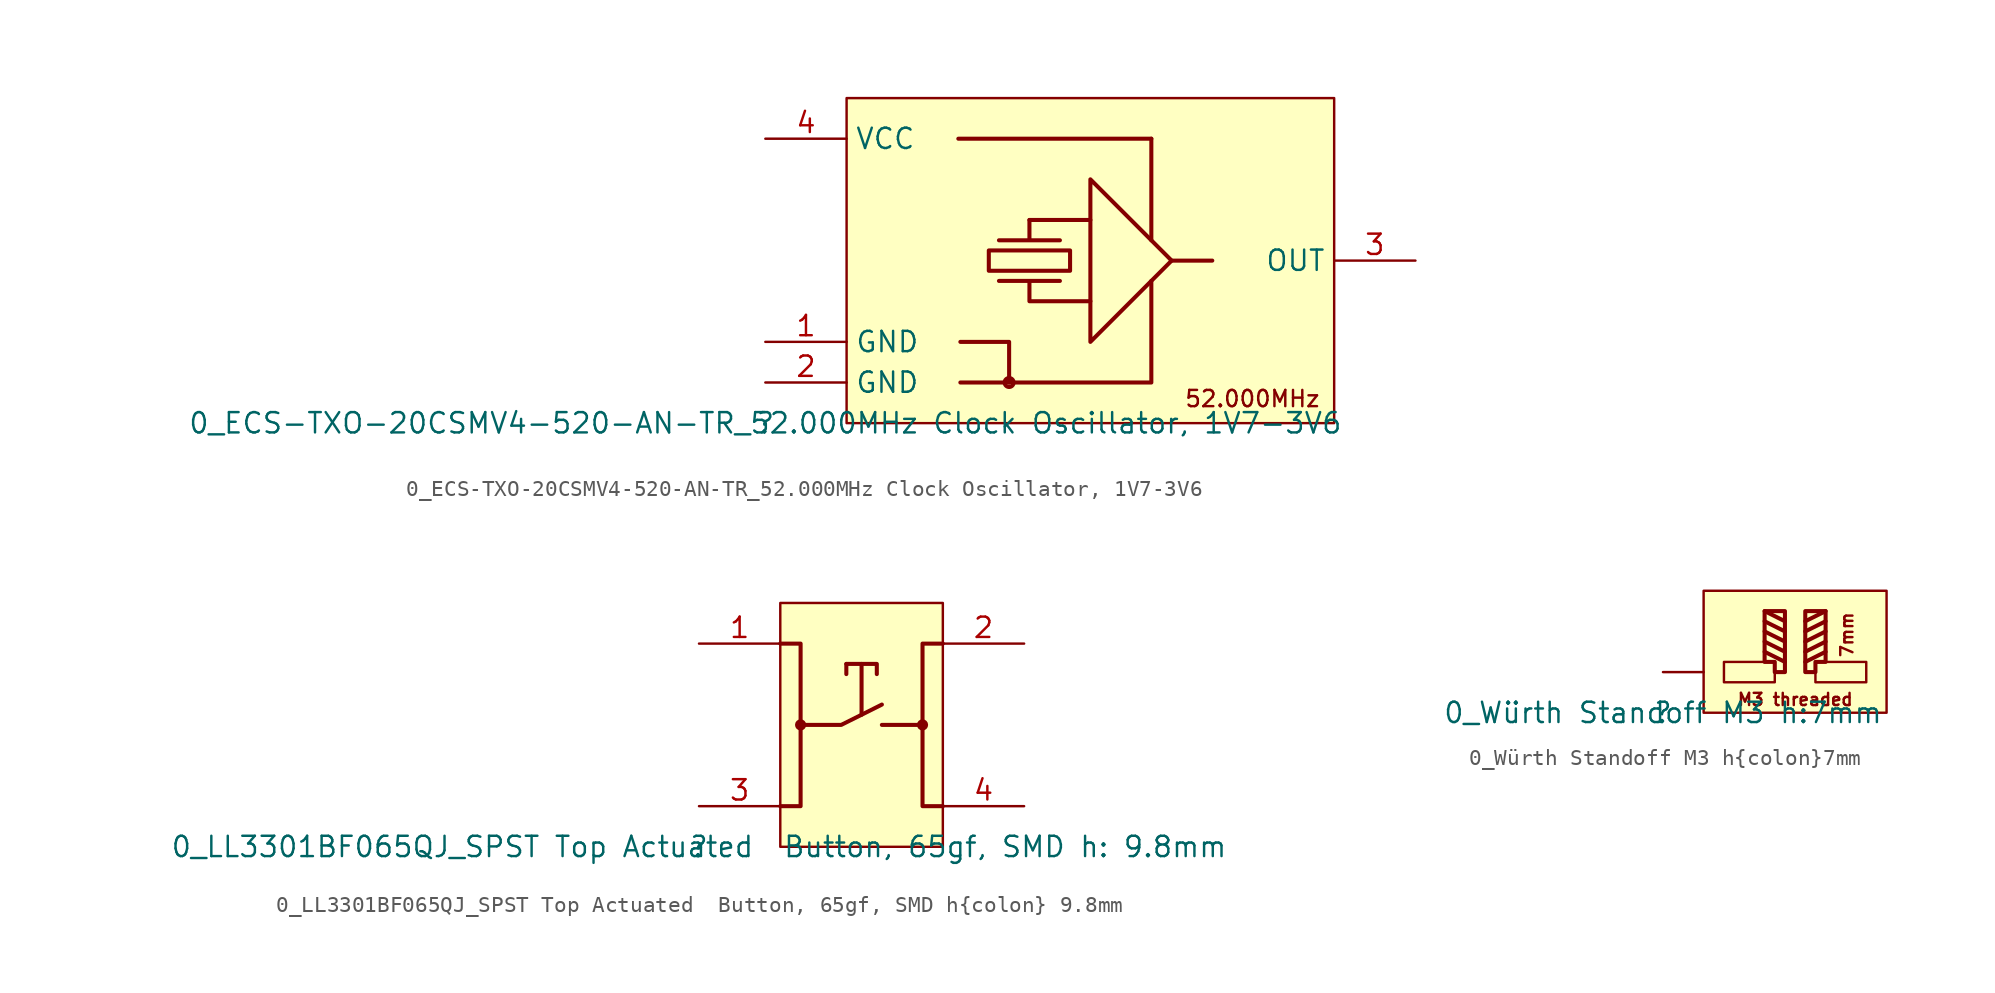
<source format=kicad_sym>
(kicad_symbol_lib
  (version 20211014)
  (generator kicad_symbol_editor)
  (symbol "0_ECS-TXO-20CSMV4-520-AN-TR_52.000MHz Clock Oscillator, 1V7-3V6"
    (property "Reference" ""
      (at 0 0 0)
      (effects (font (size 1.27 1.27))))
    (property "Value" "0_ECS-TXO-20CSMV4-520-AN-TR_52.000MHz Clock Oscillator, 1V7-3V6"
      (at 0 0 0)
      (effects (font (size 1.27 1.27))))
    (symbol "0_ECS-TXO-20CSMV4-520-AN-TR_52.000MHz Clock Oscillator, 1V7-3V6_1_0"
      (polyline (pts (xy 12.065 17.78) (xy 24.13 17.78)) (stroke (width 0.254) (type default) (color 0 0 0 0)) (fill (type none)))
      (polyline (pts (xy 20.32 12.7) (xy 16.51 12.7)) (stroke (width 0.254) (type default) (color 0 0 0 0)) (fill (type none)))
      (polyline (pts (xy 24.13 11.43) (xy 24.13 17.78)) (stroke (width 0.254) (type default) (color 0 0 0 0)) (fill (type none)))
      (polyline (pts (xy 25.4 10.16) (xy 27.94 10.16)) (stroke (width 0.254) (type default) (color 0 0 0 0)) (fill (type none)))
      (polyline (pts (xy 12.192 2.54) (xy 24.13 2.54) (xy 24.13 8.89)) (stroke (width 0.254) (type default) (color 0 0 0 0)) (fill (type none)))
      (polyline (pts (xy 15.24 2.54) (xy 15.24 5.08) (xy 12.192 5.08)) (stroke (width 0.254) (type default) (color 0 0 0 0)) (fill (type none)))
      (polyline (pts (xy 16.51 12.7) (xy 16.51 11.43) (xy 18.415 11.43) (xy 14.605 11.43)) (stroke (width 0.254) (type default) (color 0 0 0 0)) (fill (type none)))
      (polyline (pts (xy 25.4 10.16) (xy 20.32 15.24) (xy 20.32 5.08) (xy 25.4 10.16)) (stroke (width 0.254) (type default) (color 0 0 0 0)) (fill (type none)))
      (polyline (pts (xy 13.97 9.525) (xy 19.05 9.525) (xy 19.05 10.795) (xy 13.97 10.795) (xy 13.97 9.525)) (stroke (width 0.254) (type default) (color 0 0 0 0)) (fill (type none)))
      (polyline (pts (xy 20.32 7.62) (xy 16.51 7.62) (xy 16.51 8.89) (xy 14.605 8.89) (xy 18.415 8.89)) (stroke (width 0.254) (type default) (color 0 0 0 0)) (fill (type none)))
      (circle (center 15.24 2.54) (radius 0.28) (stroke (width 0.254) (type default) (color 0 0 0 0)) (fill (type none)))
      (rectangle (start 35.56 20.32) (end 5.08 0) (stroke (width 0) (type default) (color 0 0 0 0)) (fill (type background)))
      (text "52.000MHz" (at 26.162 1.524 0) (effects (font (size 1.016 1.016)) (justify left)))
      (pin passive line (at 0 5.08 0) (length 5.08) (name "GND" (effects (font (size 1.27 1.27)))) (number "1" (effects (font (size 1.27 1.27)))))
      (pin passive line (at 0 2.54 0) (length 5.08) (name "GND" (effects (font (size 1.27 1.27)))) (number "2" (effects (font (size 1.27 1.27)))))
      (pin passive line (at 40.64 10.16 180) (length 5.08) (name "OUT" (effects (font (size 1.27 1.27)))) (number "3" (effects (font (size 1.27 1.27)))))
      (pin passive line (at 0 17.78 0) (length 5.08) (name "VCC" (effects (font (size 1.27 1.27)))) (number "4" (effects (font (size 1.27 1.27)))))))
  (symbol "0_LL3301BF065QJ_SPST Top Actuated  Button, 65gf, SMD h{colon} 9.8mm"
    (property "Reference" ""
      (at 0 0 0)
      (effects (font (size 1.27 1.27))))
    (property "Value" "0_LL3301BF065QJ_SPST Top Actuated  Button, 65gf, SMD h: 9.8mm"
      (at 0 0 0)
      (effects (font (size 1.27 1.27))))
    (symbol "0_LL3301BF065QJ_SPST Top Actuated  Button, 65gf, SMD h{colon} 9.8mm_1_0"
      (polyline (pts (xy 9.208 11.43) (xy 9.208 10.795)) (stroke (width 0.254) (type default) (color 0 0 0 0)) (fill (type none)))
      (polyline (pts (xy 10.16 8.255) (xy 10.16 11.43)) (stroke (width 0.254) (type default) (color 0 0 0 0)) (fill (type none)))
      (polyline (pts (xy 13.97 7.62) (xy 11.43 7.62)) (stroke (width 0.254) (type default) (color 0 0 0 0)) (fill (type none)))
      (polyline (pts (xy 6.35 7.62) (xy 8.89 7.62) (xy 11.43 8.89)) (stroke (width 0.254) (type default) (color 0 0 0 0)) (fill (type none)))
      (polyline (pts (xy 9.208 11.43) (xy 11.113 11.43) (xy 11.113 10.795)) (stroke (width 0.254) (type default) (color 0 0 0 0)) (fill (type none)))
      (polyline (pts (xy 5.08 12.7) (xy 6.35 12.7) (xy 6.35 2.54) (xy 5.08 2.54)) (stroke (width 0.254) (type default) (color 0 0 0 0)) (fill (type none)))
      (polyline (pts (xy 15.24 12.7) (xy 13.97 12.7) (xy 13.97 2.54) (xy 15.24 2.54)) (stroke (width 0.254) (type default) (color 0 0 0 0)) (fill (type none)))
      (circle (center 6.35 7.62) (radius 0.223) (stroke (width 0.254) (type default) (color 0 0 0 0)) (fill (type none)))
      (circle (center 13.97 7.62) (radius 0.223) (stroke (width 0.254) (type default) (color 0 0 0 0)) (fill (type none)))
      (rectangle (start 15.24 15.24) (end 5.08 0) (stroke (width 0) (type default) (color 0 0 0 0)) (fill (type background)))
      (pin passive line (at 0 12.7 0) (length 5.08) (name "1" (effects (font (size 0 0)))) (number "1" (effects (font (size 1.27 1.27)))))
      (pin passive line (at 20.32 12.7 180) (length 5.08) (name "2" (effects (font (size 0 0)))) (number "2" (effects (font (size 1.27 1.27)))))
      (pin passive line (at 0 2.54 0) (length 5.08) (name "3" (effects (font (size 0 0)))) (number "3" (effects (font (size 1.27 1.27)))))
      (pin passive line (at 20.32 2.54 180) (length 5.08) (name "4" (effects (font (size 0 0)))) (number "4" (effects (font (size 1.27 1.27)))))))
  (symbol "0_Würth Standoff M3 h{colon}7mm"
    (property "Reference" ""
      (at 0 0 0)
      (effects (font (size 1.27 1.27))))
    (property "Value" "0_Würth Standoff M3 h:7mm"
      (at 0 0 0)
      (effects (font (size 1.27 1.27))))
    (symbol "0_Würth Standoff M3 h{colon}7mm_1_0"
      (polyline (pts (xy 6.35 3.81) (xy 7.62 3.175)) (stroke (width 0.254) (type default) (color 0 0 0 0)) (fill (type none)))
      (polyline (pts (xy 6.35 4.445) (xy 7.62 3.81)) (stroke (width 0.254) (type default) (color 0 0 0 0)) (fill (type none)))
      (polyline (pts (xy 6.35 5.08) (xy 7.62 4.445)) (stroke (width 0.254) (type default) (color 0 0 0 0)) (fill (type none)))
      (polyline (pts (xy 6.35 5.715) (xy 7.62 5.08)) (stroke (width 0.254) (type default) (color 0 0 0 0)) (fill (type none)))
      (polyline (pts (xy 6.35 6.35) (xy 7.62 5.715)) (stroke (width 0.254) (type default) (color 0 0 0 0)) (fill (type none)))
      (polyline (pts (xy 10.16 3.81) (xy 8.89 3.175)) (stroke (width 0.254) (type default) (color 0 0 0 0)) (fill (type none)))
      (polyline (pts (xy 10.16 4.445) (xy 8.89 3.81)) (stroke (width 0.254) (type default) (color 0 0 0 0)) (fill (type none)))
      (polyline (pts (xy 10.16 5.08) (xy 8.89 4.445)) (stroke (width 0.254) (type default) (color 0 0 0 0)) (fill (type none)))
      (polyline (pts (xy 10.16 5.715) (xy 8.89 5.08)) (stroke (width 0.254) (type default) (color 0 0 0 0)) (fill (type none)))
      (polyline (pts (xy 10.16 6.35) (xy 8.89 5.715)) (stroke (width 0.254) (type default) (color 0 0 0 0)) (fill (type none)))
      (polyline (pts (xy 7.62 2.54) (xy 6.985 2.54) (xy 6.985 3.175) (xy 6.35 3.175) (xy 6.35 6.35) (xy 7.62 6.35) (xy 7.62 2.54)) (stroke (width 0.254) (type default) (color 0 0 0 0)) (fill (type none)))
      (polyline (pts (xy 8.89 2.54) (xy 9.525 2.54) (xy 9.525 3.175) (xy 10.16 3.175) (xy 10.16 6.35) (xy 8.89 6.35) (xy 8.89 2.54)) (stroke (width 0.254) (type default) (color 0 0 0 0)) (fill (type none)))
      (rectangle (start 6.985 3.175) (end 3.81 1.905) (stroke (width 0) (type default) (color 0 0 0 0)) (fill (type background)))
      (rectangle (start 12.7 3.175) (end 9.525 1.905) (stroke (width 0) (type default) (color 0 0 0 0)) (fill (type background)))
      (rectangle (start 13.97 7.62) (end 2.54 0) (stroke (width 0) (type default) (color 0 0 0 0)) (fill (type background)))
      (text "7mm" (at 11.938 6.35 900) (effects (font (size 0.762 0.762)) (justify right bottom)))
      (text "M3 threaded" (at 11.938 0.381 0) (effects (font (size 0.762 0.762)) (justify right bottom)))
      (pin passive line (at 0 2.54 0) (length 2.54) (name "1" (effects (font (size 0 0)))) (number "1" (effects (font (size 0 0))))))))
</source>
